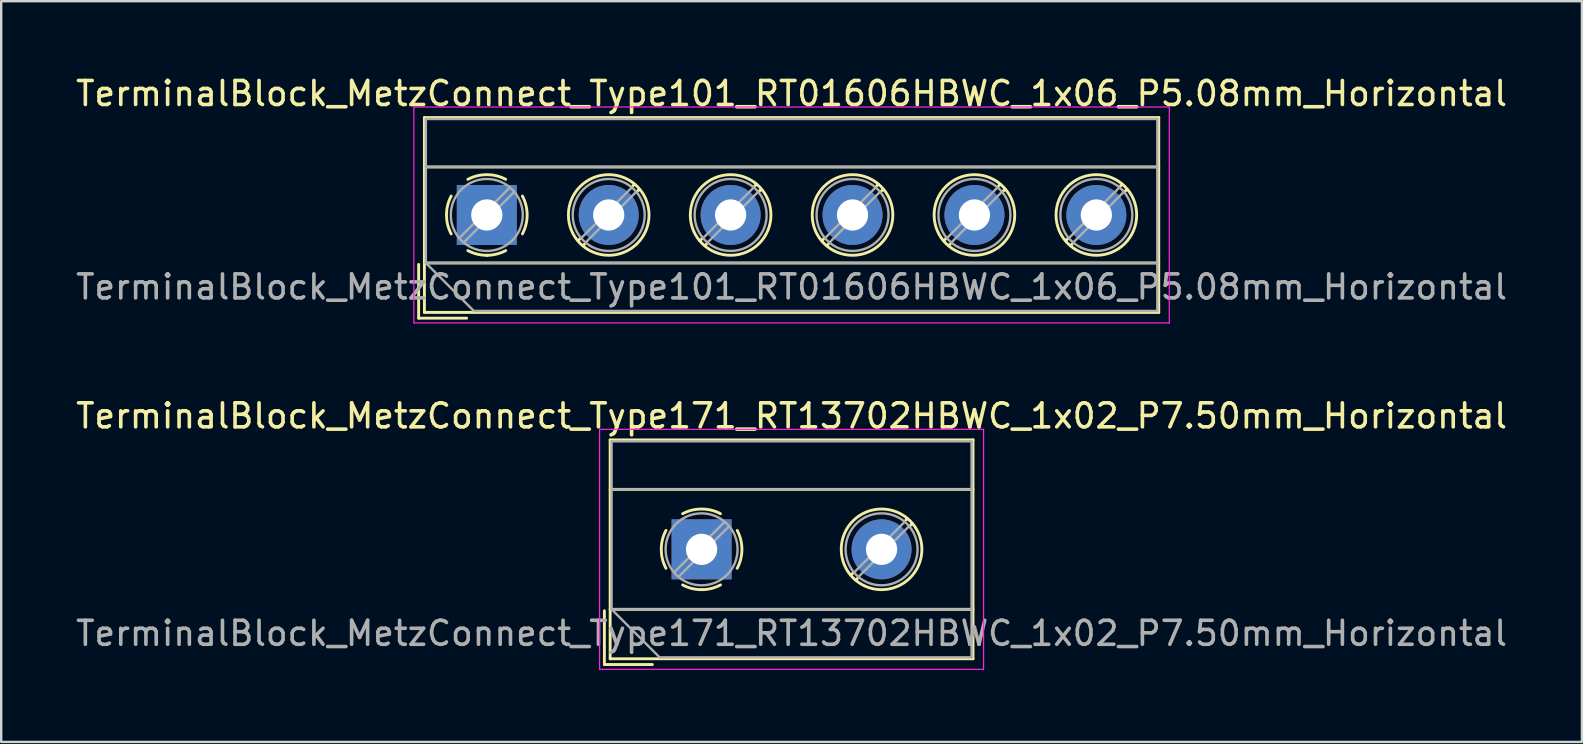
<source format=kicad_pcb>
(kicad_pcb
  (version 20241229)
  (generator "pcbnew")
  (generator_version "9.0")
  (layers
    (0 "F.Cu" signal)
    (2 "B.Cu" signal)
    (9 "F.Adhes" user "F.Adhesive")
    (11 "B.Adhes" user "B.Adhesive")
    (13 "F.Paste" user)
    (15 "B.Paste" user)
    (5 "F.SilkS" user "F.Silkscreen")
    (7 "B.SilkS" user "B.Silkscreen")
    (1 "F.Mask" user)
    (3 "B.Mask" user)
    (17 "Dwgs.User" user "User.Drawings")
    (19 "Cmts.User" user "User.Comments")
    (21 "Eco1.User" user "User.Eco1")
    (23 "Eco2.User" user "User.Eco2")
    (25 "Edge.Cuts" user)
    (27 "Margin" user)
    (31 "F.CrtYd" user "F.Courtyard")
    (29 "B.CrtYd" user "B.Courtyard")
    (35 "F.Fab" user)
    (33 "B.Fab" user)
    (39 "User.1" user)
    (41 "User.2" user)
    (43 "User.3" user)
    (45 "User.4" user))
  (footprint "TerminalBlock_MetzConnect_Type171_RT13702HBWC_1x02_P7.50mm_Horizontal"
    (layer "F.Cu")
    (at 26.185 19.841)
    (property "Reference" "TerminalBlock_MetzConnect_Type171_RT13702HBWC_1x02_P7.50mm_Horizontal" (at 3.75 -5.56 0) (layer "F.SilkS") (effects (font (size 1 1) (thickness 0.15))))
    (attr through_hole)
    (fp_line (start -4.05 2.56) (end -4.05 4.8) (stroke (width 0.12) (type solid)) (layer "F.SilkS"))
    (fp_line (start -4.05 4.8) (end -2.05 4.8) (stroke (width 0.12) (type solid)) (layer "F.SilkS"))
    (fp_line (start -3.81 -4.56) (end -3.81 4.56) (stroke (width 0.12) (type solid)) (layer "F.SilkS"))
    (fp_line (start -3.81 -4.56) (end 11.31 -4.56) (stroke (width 0.12) (type solid)) (layer "F.SilkS"))
    (fp_line (start -3.81 -2.5) (end 11.31 -2.5) (stroke (width 0.12) (type solid)) (layer "F.SilkS"))
    (fp_line (start -3.81 2.5) (end 11.31 2.5) (stroke (width 0.12) (type solid)) (layer "F.SilkS"))
    (fp_line (start -3.81 4.56) (end 11.31 4.56) (stroke (width 0.12) (type solid)) (layer "F.SilkS"))
    (fp_line (start 6.32 0.976) (end 6.226 1.069) (stroke (width 0.12) (type solid)) (layer "F.SilkS"))
    (fp_line (start 6.49 1.216) (end 6.431 1.274) (stroke (width 0.12) (type solid)) (layer "F.SilkS"))
    (fp_line (start 8.57 -1.275) (end 8.511 -1.216) (stroke (width 0.12) (type solid)) (layer "F.SilkS"))
    (fp_line (start 8.775 -1.069) (end 8.681 -0.976) (stroke (width 0.12) (type solid)) (layer "F.SilkS"))
    (fp_line (start 11.31 -4.56) (end 11.31 4.56) (stroke (width 0.12) (type solid)) (layer "F.SilkS"))
    (fp_arc (start -1.483953 0.789089) (mid -1.680708 0.00005) (end -1.484 -0.789) (stroke (width 0.12) (type solid)) (layer "F.SilkS"))
    (fp_arc (start -0.789089 -1.483953) (mid -0.00005 -1.680708) (end 0.789 -1.484) (stroke (width 0.12) (type solid)) (layer "F.SilkS"))
    (fp_arc (start 0.029383 1.68045) (mid -0.392304 1.634281) (end -0.789 1.484) (stroke (width 0.12) (type solid)) (layer "F.SilkS"))
    (fp_arc (start 0.788712 1.483352) (mid 0.406429 1.630097) (end 0 1.68) (stroke (width 0.12) (type solid)) (layer "F.SilkS"))
    (fp_arc (start 1.483953 -0.789089) (mid 1.680708 -0.00005) (end 1.484 0.789) (stroke (width 0.12) (type solid)) (layer "F.SilkS"))
    (fp_circle (center 7.5 0) (end 9.18 0) (stroke (width 0.12) (type solid)) (fill no) (layer "F.SilkS"))
    (fp_line (start -4.25 -5) (end -4.25 5) (stroke (width 0.05) (type solid)) (layer "F.CrtYd"))
    (fp_line (start -4.25 5) (end 11.75 5) (stroke (width 0.05) (type solid)) (layer "F.CrtYd"))
    (fp_line (start 11.75 -5) (end -4.25 -5) (stroke (width 0.05) (type solid)) (layer "F.CrtYd"))
    (fp_line (start 11.75 5) (end 11.75 -5) (stroke (width 0.05) (type solid)) (layer "F.CrtYd"))
    (fp_line (start -3.75 -4.5) (end 11.25 -4.5) (stroke (width 0.1) (type solid)) (layer "F.Fab"))
    (fp_line (start -3.75 -2.5) (end 11.25 -2.5) (stroke (width 0.1) (type solid)) (layer "F.Fab"))
    (fp_line (start -3.75 2.5) (end -3.75 -4.5) (stroke (width 0.1) (type solid)) (layer "F.Fab"))
    (fp_line (start -3.75 2.5) (end 11.25 2.5) (stroke (width 0.1) (type solid)) (layer "F.Fab"))
    (fp_line (start -1.75 4.5) (end -3.75 2.5) (stroke (width 0.1) (type solid)) (layer "F.Fab"))
    (fp_line (start 0.955 -1.138) (end -1.138 0.955) (stroke (width 0.1) (type solid)) (layer "F.Fab"))
    (fp_line (start 1.138 -0.955) (end -0.955 1.138) (stroke (width 0.1) (type solid)) (layer "F.Fab"))
    (fp_line (start 8.455 -1.138) (end 6.363 0.955) (stroke (width 0.1) (type solid)) (layer "F.Fab"))
    (fp_line (start 8.638 -0.955) (end 6.546 1.138) (stroke (width 0.1) (type solid)) (layer "F.Fab"))
    (fp_line (start 11.25 -4.5) (end 11.25 4.5) (stroke (width 0.1) (type solid)) (layer "F.Fab"))
    (fp_line (start 11.25 4.5) (end -1.75 4.5) (stroke (width 0.1) (type solid)) (layer "F.Fab"))
    (fp_circle (center 0 0) (end 1.5 0) (stroke (width 0.1) (type solid)) (fill no) (layer "F.Fab"))
    (fp_circle (center 7.5 0) (end 9 0) (stroke (width 0.1) (type solid)) (fill no) (layer "F.Fab"))
    (fp_text user "${REFERENCE}" (at 3.75 3.5 0) (layer "F.Fab") (effects (font (size 1 1) (thickness 0.15))))
    (pad "1" thru_hole rect (at 0 0) (size 2.5 2.5) (drill 1.3) (layers "*.Cu" "*.Mask"))
    (pad "2" thru_hole circle (at 7.5 0) (size 2.5 2.5) (drill 1.3) (layers "*.Cu" "*.Mask")))
  (footprint "TerminalBlock_MetzConnect_Type101_RT01606HBWC_1x06_P5.08mm_Horizontal"
    (layer "F.Cu")
    (at 17.235 5.908)
    (property "Reference" "TerminalBlock_MetzConnect_Type101_RT01606HBWC_1x06_P5.08mm_Horizontal" (at 12.7 -5.06 0) (layer "F.SilkS") (effects (font (size 1 1) (thickness 0.15))))
    (attr through_hole)
    (fp_line (start -2.84 2.06) (end -2.84 4.3) (stroke (width 0.12) (type solid)) (layer "F.SilkS"))
    (fp_line (start -2.84 4.3) (end -0.84 4.3) (stroke (width 0.12) (type solid)) (layer "F.SilkS"))
    (fp_line (start -2.6 -4.06) (end -2.6 4.06) (stroke (width 0.12) (type solid)) (layer "F.SilkS"))
    (fp_line (start -2.6 -4.06) (end 28 -4.06) (stroke (width 0.12) (type solid)) (layer "F.SilkS"))
    (fp_line (start -2.6 -2) (end 28 -2) (stroke (width 0.12) (type solid)) (layer "F.SilkS"))
    (fp_line (start -2.6 2) (end 28 2) (stroke (width 0.12) (type solid)) (layer "F.SilkS"))
    (fp_line (start -2.6 4.06) (end 28 4.06) (stroke (width 0.12) (type solid)) (layer "F.SilkS"))
    (fp_line (start 3.9 0.976) (end 3.806 1.069) (stroke (width 0.12) (type solid)) (layer "F.SilkS"))
    (fp_line (start 4.07 1.216) (end 4.011 1.274) (stroke (width 0.12) (type solid)) (layer "F.SilkS"))
    (fp_line (start 6.15 -1.275) (end 6.091 -1.216) (stroke (width 0.12) (type solid)) (layer "F.SilkS"))
    (fp_line (start 6.355 -1.069) (end 6.261 -0.976) (stroke (width 0.12) (type solid)) (layer "F.SilkS"))
    (fp_line (start 8.98 0.976) (end 8.886 1.069) (stroke (width 0.12) (type solid)) (layer "F.SilkS"))
    (fp_line (start 9.15 1.216) (end 9.091 1.274) (stroke (width 0.12) (type solid)) (layer "F.SilkS"))
    (fp_line (start 11.23 -1.275) (end 11.171 -1.216) (stroke (width 0.12) (type solid)) (layer "F.SilkS"))
    (fp_line (start 11.435 -1.069) (end 11.341 -0.976) (stroke (width 0.12) (type solid)) (layer "F.SilkS"))
    (fp_line (start 14.06 0.976) (end 13.966 1.069) (stroke (width 0.12) (type solid)) (layer "F.SilkS"))
    (fp_line (start 14.23 1.216) (end 14.171 1.274) (stroke (width 0.12) (type solid)) (layer "F.SilkS"))
    (fp_line (start 16.31 -1.275) (end 16.251 -1.216) (stroke (width 0.12) (type solid)) (layer "F.SilkS"))
    (fp_line (start 16.515 -1.069) (end 16.421 -0.976) (stroke (width 0.12) (type solid)) (layer "F.SilkS"))
    (fp_line (start 19.14 0.976) (end 19.046 1.069) (stroke (width 0.12) (type solid)) (layer "F.SilkS"))
    (fp_line (start 19.31 1.216) (end 19.251 1.274) (stroke (width 0.12) (type solid)) (layer "F.SilkS"))
    (fp_line (start 21.39 -1.275) (end 21.331 -1.216) (stroke (width 0.12) (type solid)) (layer "F.SilkS"))
    (fp_line (start 21.595 -1.069) (end 21.501 -0.976) (stroke (width 0.12) (type solid)) (layer "F.SilkS"))
    (fp_line (start 24.22 0.976) (end 24.126 1.069) (stroke (width 0.12) (type solid)) (layer "F.SilkS"))
    (fp_line (start 24.39 1.216) (end 24.331 1.274) (stroke (width 0.12) (type solid)) (layer "F.SilkS"))
    (fp_line (start 26.47 -1.275) (end 26.411 -1.216) (stroke (width 0.12) (type solid)) (layer "F.SilkS"))
    (fp_line (start 26.675 -1.069) (end 26.581 -0.976) (stroke (width 0.12) (type solid)) (layer "F.SilkS"))
    (fp_line (start 28 -4.06) (end 28 4.06) (stroke (width 0.12) (type solid)) (layer "F.SilkS"))
    (fp_arc (start -1.483953 0.789089) (mid -1.680708 0.00005) (end -1.484 -0.789) (stroke (width 0.12) (type solid)) (layer "F.SilkS"))
    (fp_arc (start -0.789089 -1.483953) (mid -0.00005 -1.680708) (end 0.789 -1.484) (stroke (width 0.12) (type solid)) (layer "F.SilkS"))
    (fp_arc (start 0.029383 1.68045) (mid -0.392304 1.634281) (end -0.789 1.484) (stroke (width 0.12) (type solid)) (layer "F.SilkS"))
    (fp_arc (start 0.788712 1.483352) (mid 0.406429 1.630097) (end 0 1.68) (stroke (width 0.12) (type solid)) (layer "F.SilkS"))
    (fp_arc (start 1.483953 -0.789089) (mid 1.680708 -0.00005) (end 1.484 0.789) (stroke (width 0.12) (type solid)) (layer "F.SilkS"))
    (fp_circle (center 5.08 0) (end 6.76 0) (stroke (width 0.12) (type solid)) (fill no) (layer "F.SilkS"))
    (fp_circle (center 10.16 0) (end 11.84 0) (stroke (width 0.12) (type solid)) (fill no) (layer "F.SilkS"))
    (fp_circle (center 15.24 0) (end 16.92 0) (stroke (width 0.12) (type solid)) (fill no) (layer "F.SilkS"))
    (fp_circle (center 20.32 0) (end 22 0) (stroke (width 0.12) (type solid)) (fill no) (layer "F.SilkS"))
    (fp_circle (center 25.4 0) (end 27.08 0) (stroke (width 0.12) (type solid)) (fill no) (layer "F.SilkS"))
    (fp_line (start -3.04 -4.5) (end -3.04 4.5) (stroke (width 0.05) (type solid)) (layer "F.CrtYd"))
    (fp_line (start -3.04 4.5) (end 28.44 4.5) (stroke (width 0.05) (type solid)) (layer "F.CrtYd"))
    (fp_line (start 28.44 -4.5) (end -3.04 -4.5) (stroke (width 0.05) (type solid)) (layer "F.CrtYd"))
    (fp_line (start 28.44 4.5) (end 28.44 -4.5) (stroke (width 0.05) (type solid)) (layer "F.CrtYd"))
    (fp_line (start -2.54 -4) (end 27.94 -4) (stroke (width 0.1) (type solid)) (layer "F.Fab"))
    (fp_line (start -2.54 -2) (end 27.94 -2) (stroke (width 0.1) (type solid)) (layer "F.Fab"))
    (fp_line (start -2.54 2) (end -2.54 -4) (stroke (width 0.1) (type solid)) (layer "F.Fab"))
    (fp_line (start -2.54 2) (end 27.94 2) (stroke (width 0.1) (type solid)) (layer "F.Fab"))
    (fp_line (start -0.54 4) (end -2.54 2) (stroke (width 0.1) (type solid)) (layer "F.Fab"))
    (fp_line (start 0.955 -1.138) (end -1.138 0.955) (stroke (width 0.1) (type solid)) (layer "F.Fab"))
    (fp_line (start 1.138 -0.955) (end -0.955 1.138) (stroke (width 0.1) (type solid)) (layer "F.Fab"))
    (fp_line (start 6.035 -1.138) (end 3.943 0.955) (stroke (width 0.1) (type solid)) (layer "F.Fab"))
    (fp_line (start 6.218 -0.955) (end 4.126 1.138) (stroke (width 0.1) (type solid)) (layer "F.Fab"))
    (fp_line (start 11.115 -1.138) (end 9.023 0.955) (stroke (width 0.1) (type solid)) (layer "F.Fab"))
    (fp_line (start 11.298 -0.955) (end 9.206 1.138) (stroke (width 0.1) (type solid)) (layer "F.Fab"))
    (fp_line (start 16.195 -1.138) (end 14.103 0.955) (stroke (width 0.1) (type solid)) (layer "F.Fab"))
    (fp_line (start 16.378 -0.955) (end 14.286 1.138) (stroke (width 0.1) (type solid)) (layer "F.Fab"))
    (fp_line (start 21.275 -1.138) (end 19.183 0.955) (stroke (width 0.1) (type solid)) (layer "F.Fab"))
    (fp_line (start 21.458 -0.955) (end 19.366 1.138) (stroke (width 0.1) (type solid)) (layer "F.Fab"))
    (fp_line (start 26.355 -1.138) (end 24.263 0.955) (stroke (width 0.1) (type solid)) (layer "F.Fab"))
    (fp_line (start 26.538 -0.955) (end 24.446 1.138) (stroke (width 0.1) (type solid)) (layer "F.Fab"))
    (fp_line (start 27.94 -4) (end 27.94 4) (stroke (width 0.1) (type solid)) (layer "F.Fab"))
    (fp_line (start 27.94 4) (end -0.54 4) (stroke (width 0.1) (type solid)) (layer "F.Fab"))
    (fp_circle (center 0 0) (end 1.5 0) (stroke (width 0.1) (type solid)) (fill no) (layer "F.Fab"))
    (fp_circle (center 5.08 0) (end 6.58 0) (stroke (width 0.1) (type solid)) (fill no) (layer "F.Fab"))
    (fp_circle (center 10.16 0) (end 11.66 0) (stroke (width 0.1) (type solid)) (fill no) (layer "F.Fab"))
    (fp_circle (center 15.24 0) (end 16.74 0) (stroke (width 0.1) (type solid)) (fill no) (layer "F.Fab"))
    (fp_circle (center 20.32 0) (end 21.82 0) (stroke (width 0.1) (type solid)) (fill no) (layer "F.Fab"))
    (fp_circle (center 25.4 0) (end 26.9 0) (stroke (width 0.1) (type solid)) (fill no) (layer "F.Fab"))
    (fp_text user "${REFERENCE}" (at 12.7 3 0) (layer "F.Fab") (effects (font (size 1 1) (thickness 0.15))))
    (pad "1" thru_hole rect (at 0 0) (size 2.5 2.5) (drill 1.3) (layers "*.Cu" "*.Mask"))
    (pad "2" thru_hole circle (at 5.08 0) (size 2.5 2.5) (drill 1.3) (layers "*.Cu" "*.Mask"))
    (pad "3" thru_hole circle (at 10.16 0) (size 2.5 2.5) (drill 1.3) (layers "*.Cu" "*.Mask"))
    (pad "4" thru_hole circle (at 15.24 0) (size 2.5 2.5) (drill 1.3) (layers "*.Cu" "*.Mask"))
    (pad "5" thru_hole circle (at 20.32 0) (size 2.5 2.5) (drill 1.3) (layers "*.Cu" "*.Mask"))
    (pad "6" thru_hole circle (at 25.4 0) (size 2.5 2.5) (drill 1.3) (layers "*.Cu" "*.Mask")))
  (gr_rect
    (start -3 -3)
    (end 62.869 27.866)
    (stroke (width 0.1) (type default))
    (fill no)
    (layer "Edge.Cuts")))
</source>
